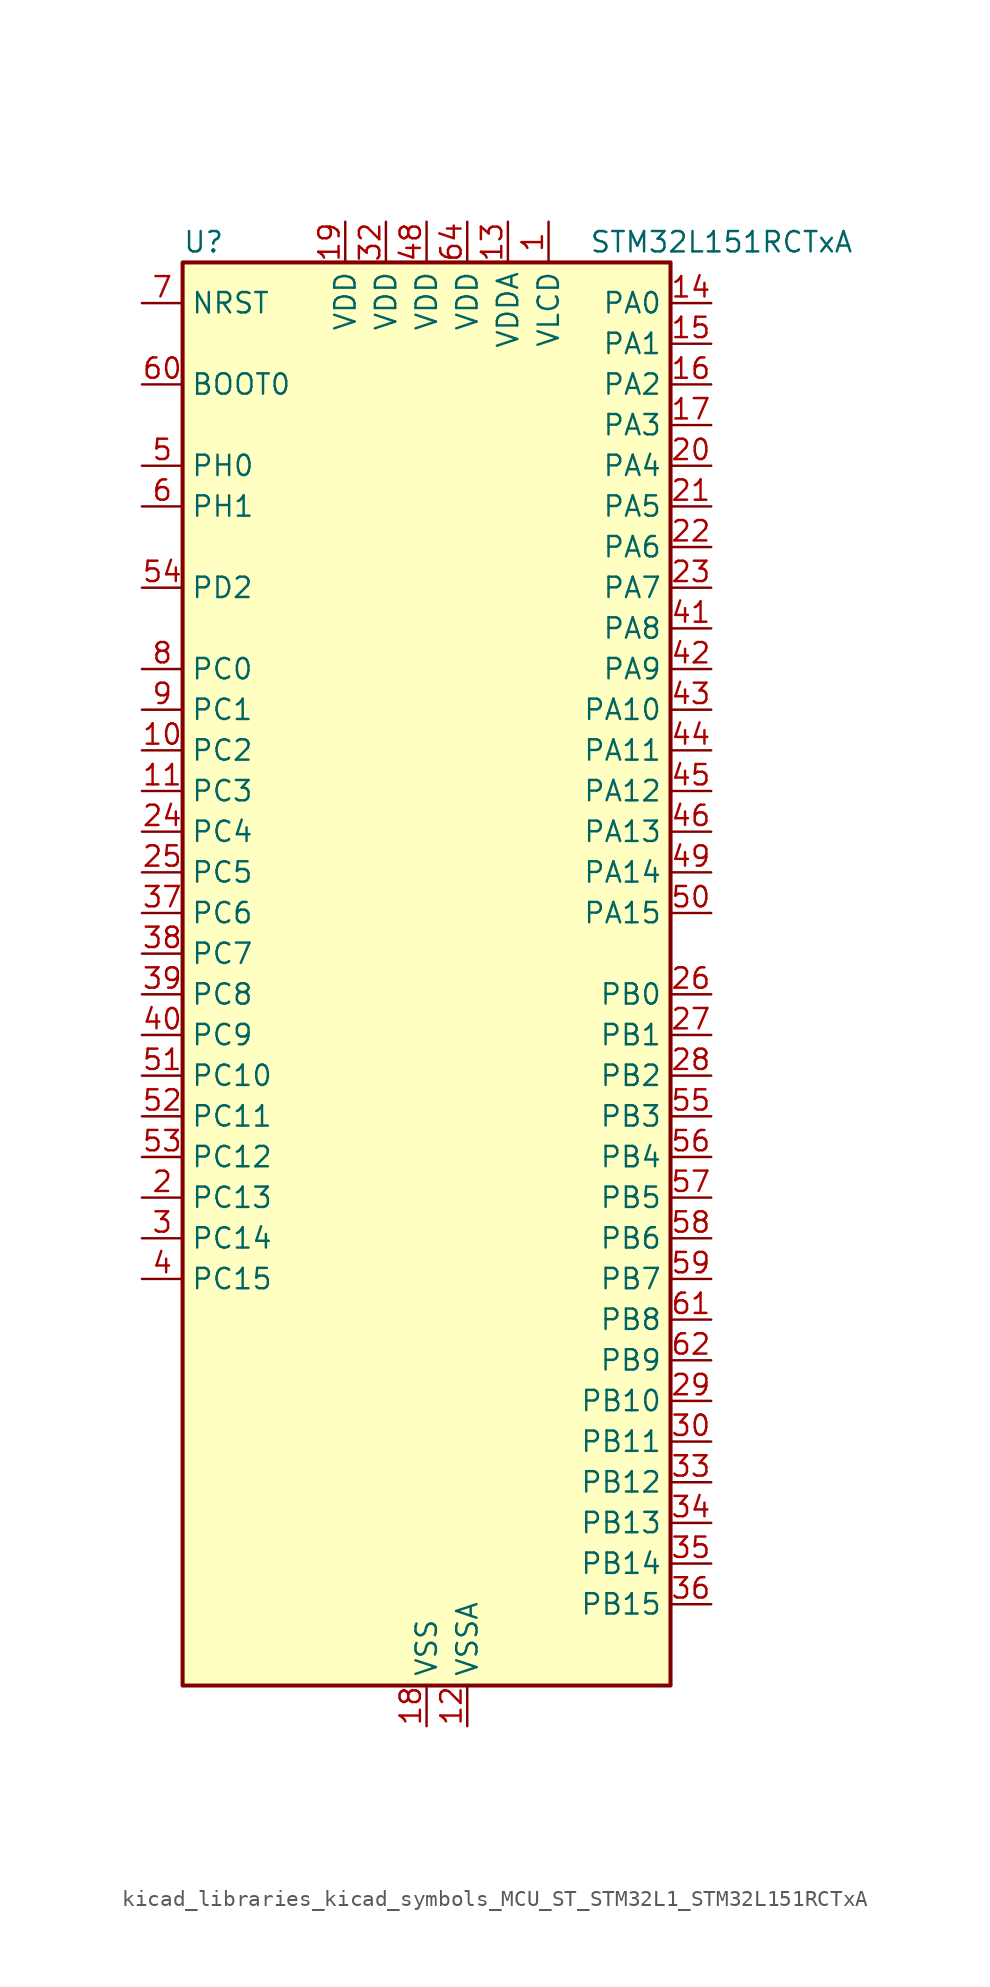
<source format=kicad_sym>
(kicad_symbol_lib
  (version 20220914)
  (generator kicad_symbol_editor)
  (symbol "kicad_libraries_kicad_symbols_MCU_ST_STM32L1_STM32L151RCTxA"
    (property "Reference" "U"
      (at -15.24 46.99 0)
      (effects (font (size 1.27 1.27)) (justify left)))
    (property "Value" "STM32L151RCTxA"
      (at 10.16 46.99 0)
      (effects (font (size 1.27 1.27)) (justify left)))
    (property "ki_locked" ""
      (at 0 0 0)
      (effects (font (size 1.27 1.27))))
    (symbol "kicad_libraries_kicad_symbols_MCU_ST_STM32L1_STM32L151RCTxA_0_1"
      (rectangle (start -15.24 -43.18) (end 15.24 45.72) (stroke (width 0.254) (type default)) (fill (type background))))
    (symbol "kicad_libraries_kicad_symbols_MCU_ST_STM32L1_STM32L151RCTxA_1_1"
      (pin power_in line (at 7.62 48.26 270) (length 2.54) (name "VLCD" (effects (font (size 1.27 1.27)))) (number "1" (effects (font (size 1.27 1.27)))))
      (pin bidirectional line (at -17.78 15.24 0) (length 2.54) (name "PC2" (effects (font (size 1.27 1.27)))) (number "10" (effects (font (size 1.27 1.27)))) (alternate "ADC_IN12" bidirectional line) (alternate "COMP1_INP" bidirectional line) (alternate "TIMX_IC3" bidirectional line) (alternate "TS_G8_IO3" bidirectional line))
      (pin bidirectional line (at -17.78 12.7 0) (length 2.54) (name "PC3" (effects (font (size 1.27 1.27)))) (number "11" (effects (font (size 1.27 1.27)))) (alternate "ADC_IN13" bidirectional line) (alternate "COMP1_INP" bidirectional line) (alternate "TIMX_IC4" bidirectional line) (alternate "TS_G8_IO4" bidirectional line))
      (pin power_in line (at 2.54 -45.72 90) (length 2.54) (name "VSSA" (effects (font (size 1.27 1.27)))) (number "12" (effects (font (size 1.27 1.27)))))
      (pin power_in line (at 5.08 48.26 270) (length 2.54) (name "VDDA" (effects (font (size 1.27 1.27)))) (number "13" (effects (font (size 1.27 1.27)))))
      (pin bidirectional line (at 17.78 43.18 180) (length 2.54) (name "PA0" (effects (font (size 1.27 1.27)))) (number "14" (effects (font (size 1.27 1.27)))) (alternate "ADC_IN0" bidirectional line) (alternate "COMP1_INP" bidirectional line) (alternate "RTC_TAMP2" bidirectional line) (alternate "SYS_WKUP1" bidirectional line) (alternate "TIM2_CH1" bidirectional line) (alternate "TIM2_ETR" bidirectional line) (alternate "TIM5_CH1" bidirectional line) (alternate "TIMX_IC1" bidirectional line) (alternate "TS_G1_IO1" bidirectional line) (alternate "USART2_CTS" bidirectional line))
      (pin bidirectional line (at 17.78 40.64 180) (length 2.54) (name "PA1" (effects (font (size 1.27 1.27)))) (number "15" (effects (font (size 1.27 1.27)))) (alternate "ADC_IN1" bidirectional line) (alternate "COMP1_INP" bidirectional line) (alternate "OPAMP1_VINP" bidirectional line) (alternate "TIM2_CH2" bidirectional line) (alternate "TIM5_CH2" bidirectional line) (alternate "TIMX_IC2" bidirectional line) (alternate "TS_G1_IO2" bidirectional line) (alternate "USART2_RTS" bidirectional line))
      (pin bidirectional line (at 17.78 38.1 180) (length 2.54) (name "PA2" (effects (font (size 1.27 1.27)))) (number "16" (effects (font (size 1.27 1.27)))) (alternate "ADC_IN2" bidirectional line) (alternate "COMP1_INP" bidirectional line) (alternate "OPAMP1_VINM" bidirectional line) (alternate "TIM2_CH3" bidirectional line) (alternate "TIM5_CH3" bidirectional line) (alternate "TIM9_CH1" bidirectional line) (alternate "TIMX_IC3" bidirectional line) (alternate "TS_G1_IO3" bidirectional line) (alternate "USART2_TX" bidirectional line))
      (pin bidirectional line (at 17.78 35.56 180) (length 2.54) (name "PA3" (effects (font (size 1.27 1.27)))) (number "17" (effects (font (size 1.27 1.27)))) (alternate "ADC_IN3" bidirectional line) (alternate "COMP1_INP" bidirectional line) (alternate "OPAMP1_VOUT" bidirectional line) (alternate "TIM2_CH4" bidirectional line) (alternate "TIM5_CH4" bidirectional line) (alternate "TIM9_CH2" bidirectional line) (alternate "TIMX_IC4" bidirectional line) (alternate "TS_G1_IO4" bidirectional line) (alternate "USART2_RX" bidirectional line))
      (pin power_in line (at 0 -45.72 90) (length 2.54) (name "VSS" (effects (font (size 1.27 1.27)))) (number "18" (effects (font (size 1.27 1.27)))))
      (pin power_in line (at -5.08 48.26 270) (length 2.54) (name "VDD" (effects (font (size 1.27 1.27)))) (number "19" (effects (font (size 1.27 1.27)))))
      (pin bidirectional line (at -17.78 -12.7 0) (length 2.54) (name "PC13" (effects (font (size 1.27 1.27)))) (number "2" (effects (font (size 1.27 1.27)))) (alternate "RTC_OUT_ALARM" bidirectional line) (alternate "RTC_OUT_CALIB" bidirectional line) (alternate "RTC_TAMP1" bidirectional line) (alternate "RTC_TS" bidirectional line) (alternate "SYS_WKUP2" bidirectional line) (alternate "TIMX_IC2" bidirectional line))
      (pin bidirectional line (at 17.78 33.02 180) (length 2.54) (name "PA4" (effects (font (size 1.27 1.27)))) (number "20" (effects (font (size 1.27 1.27)))) (alternate "ADC_IN4" bidirectional line) (alternate "COMP1_INP" bidirectional line) (alternate "DAC_OUT1" bidirectional line) (alternate "I2S3_WS" bidirectional line) (alternate "SPI1_NSS" bidirectional line) (alternate "SPI3_NSS" bidirectional line) (alternate "TIMX_IC1" bidirectional line) (alternate "USART2_CK" bidirectional line))
      (pin bidirectional line (at 17.78 30.48 180) (length 2.54) (name "PA5" (effects (font (size 1.27 1.27)))) (number "21" (effects (font (size 1.27 1.27)))) (alternate "ADC_IN5" bidirectional line) (alternate "COMP1_INP" bidirectional line) (alternate "DAC_OUT2" bidirectional line) (alternate "SPI1_SCK" bidirectional line) (alternate "TIM2_CH1" bidirectional line) (alternate "TIM2_ETR" bidirectional line) (alternate "TIMX_IC2" bidirectional line))
      (pin bidirectional line (at 17.78 27.94 180) (length 2.54) (name "PA6" (effects (font (size 1.27 1.27)))) (number "22" (effects (font (size 1.27 1.27)))) (alternate "ADC_IN6" bidirectional line) (alternate "COMP1_INP" bidirectional line) (alternate "OPAMP2_VINP" bidirectional line) (alternate "SPI1_MISO" bidirectional line) (alternate "TIM10_CH1" bidirectional line) (alternate "TIM3_CH1" bidirectional line) (alternate "TIMX_IC3" bidirectional line) (alternate "TS_G2_IO1" bidirectional line))
      (pin bidirectional line (at 17.78 25.4 180) (length 2.54) (name "PA7" (effects (font (size 1.27 1.27)))) (number "23" (effects (font (size 1.27 1.27)))) (alternate "ADC_IN7" bidirectional line) (alternate "COMP1_INP" bidirectional line) (alternate "OPAMP2_VINM" bidirectional line) (alternate "SPI1_MOSI" bidirectional line) (alternate "TIM11_CH1" bidirectional line) (alternate "TIM3_CH2" bidirectional line) (alternate "TIMX_IC4" bidirectional line) (alternate "TS_G2_IO2" bidirectional line))
      (pin bidirectional line (at -17.78 10.16 0) (length 2.54) (name "PC4" (effects (font (size 1.27 1.27)))) (number "24" (effects (font (size 1.27 1.27)))) (alternate "ADC_IN14" bidirectional line) (alternate "COMP1_INP" bidirectional line) (alternate "TIMX_IC1" bidirectional line) (alternate "TS_G9_IO1" bidirectional line))
      (pin bidirectional line (at -17.78 7.62 0) (length 2.54) (name "PC5" (effects (font (size 1.27 1.27)))) (number "25" (effects (font (size 1.27 1.27)))) (alternate "ADC_IN15" bidirectional line) (alternate "COMP1_INP" bidirectional line) (alternate "TIMX_IC2" bidirectional line) (alternate "TS_G9_IO2" bidirectional line))
      (pin bidirectional line (at 17.78 0 180) (length 2.54) (name "PB0" (effects (font (size 1.27 1.27)))) (number "26" (effects (font (size 1.27 1.27)))) (alternate "ADC_IN8" bidirectional line) (alternate "COMP1_INP" bidirectional line) (alternate "OPAMP2_VOUT" bidirectional line) (alternate "SYS_V_REF_OUT" bidirectional line) (alternate "TIM3_CH3" bidirectional line) (alternate "TS_G3_IO1" bidirectional line))
      (pin bidirectional line (at 17.78 -2.54 180) (length 2.54) (name "PB1" (effects (font (size 1.27 1.27)))) (number "27" (effects (font (size 1.27 1.27)))) (alternate "ADC_IN9" bidirectional line) (alternate "COMP1_INP" bidirectional line) (alternate "SYS_V_REF_OUT" bidirectional line) (alternate "TIM3_CH4" bidirectional line) (alternate "TS_G3_IO2" bidirectional line))
      (pin bidirectional line (at 17.78 -5.08 180) (length 2.54) (name "PB2" (effects (font (size 1.27 1.27)))) (number "28" (effects (font (size 1.27 1.27)))) (alternate "TS_G3_IO3" bidirectional line))
      (pin bidirectional line (at 17.78 -25.4 180) (length 2.54) (name "PB10" (effects (font (size 1.27 1.27)))) (number "29" (effects (font (size 1.27 1.27)))) (alternate "I2C2_SCL" bidirectional line) (alternate "TIM2_CH3" bidirectional line) (alternate "USART3_TX" bidirectional line))
      (pin bidirectional line (at -17.78 -15.24 0) (length 2.54) (name "PC14" (effects (font (size 1.27 1.27)))) (number "3" (effects (font (size 1.27 1.27)))) (alternate "RCC_OSC32_IN" bidirectional line) (alternate "TIMX_IC3" bidirectional line))
      (pin bidirectional line (at 17.78 -27.94 180) (length 2.54) (name "PB11" (effects (font (size 1.27 1.27)))) (number "30" (effects (font (size 1.27 1.27)))) (alternate "ADC_EXTI11" bidirectional line) (alternate "I2C2_SDA" bidirectional line) (alternate "TIM2_CH4" bidirectional line) (alternate "USART3_RX" bidirectional line))
      (pin passive line (at 0 -45.72 90) (length 2.54) hide (name "VSS" (effects (font (size 1.27 1.27)))) (number "31" (effects (font (size 1.27 1.27)))))
      (pin power_in line (at -2.54 48.26 270) (length 2.54) (name "VDD" (effects (font (size 1.27 1.27)))) (number "32" (effects (font (size 1.27 1.27)))))
      (pin bidirectional line (at 17.78 -30.48 180) (length 2.54) (name "PB12" (effects (font (size 1.27 1.27)))) (number "33" (effects (font (size 1.27 1.27)))) (alternate "ADC_IN18" bidirectional line) (alternate "COMP1_INP" bidirectional line) (alternate "I2C2_SMBA" bidirectional line) (alternate "I2S2_WS" bidirectional line) (alternate "SPI2_NSS" bidirectional line) (alternate "TIM10_CH1" bidirectional line) (alternate "TS_G7_IO1" bidirectional line) (alternate "USART3_CK" bidirectional line))
      (pin bidirectional line (at 17.78 -33.02 180) (length 2.54) (name "PB13" (effects (font (size 1.27 1.27)))) (number "34" (effects (font (size 1.27 1.27)))) (alternate "ADC_IN19" bidirectional line) (alternate "COMP1_INP" bidirectional line) (alternate "I2S2_CK" bidirectional line) (alternate "SPI2_SCK" bidirectional line) (alternate "TIM9_CH1" bidirectional line) (alternate "TS_G7_IO2" bidirectional line) (alternate "USART3_CTS" bidirectional line))
      (pin bidirectional line (at 17.78 -35.56 180) (length 2.54) (name "PB14" (effects (font (size 1.27 1.27)))) (number "35" (effects (font (size 1.27 1.27)))) (alternate "ADC_IN20" bidirectional line) (alternate "COMP1_INP" bidirectional line) (alternate "SPI2_MISO" bidirectional line) (alternate "TIM9_CH2" bidirectional line) (alternate "TS_G7_IO3" bidirectional line) (alternate "USART3_RTS" bidirectional line))
      (pin bidirectional line (at 17.78 -38.1 180) (length 2.54) (name "PB15" (effects (font (size 1.27 1.27)))) (number "36" (effects (font (size 1.27 1.27)))) (alternate "ADC_EXTI15" bidirectional line) (alternate "ADC_IN21" bidirectional line) (alternate "COMP1_INP" bidirectional line) (alternate "I2S2_SD" bidirectional line) (alternate "RTC_REFIN" bidirectional line) (alternate "SPI2_MOSI" bidirectional line) (alternate "TIM11_CH1" bidirectional line) (alternate "TS_G7_IO4" bidirectional line))
      (pin bidirectional line (at -17.78 5.08 0) (length 2.54) (name "PC6" (effects (font (size 1.27 1.27)))) (number "37" (effects (font (size 1.27 1.27)))) (alternate "I2S2_MCK" bidirectional line) (alternate "TIM3_CH1" bidirectional line) (alternate "TIMX_IC3" bidirectional line) (alternate "TS_G10_IO1" bidirectional line))
      (pin bidirectional line (at -17.78 2.54 0) (length 2.54) (name "PC7" (effects (font (size 1.27 1.27)))) (number "38" (effects (font (size 1.27 1.27)))) (alternate "I2S3_MCK" bidirectional line) (alternate "TIM3_CH2" bidirectional line) (alternate "TIMX_IC4" bidirectional line) (alternate "TS_G10_IO2" bidirectional line))
      (pin bidirectional line (at -17.78 0 0) (length 2.54) (name "PC8" (effects (font (size 1.27 1.27)))) (number "39" (effects (font (size 1.27 1.27)))) (alternate "TIM3_CH3" bidirectional line) (alternate "TIMX_IC1" bidirectional line) (alternate "TS_G10_IO3" bidirectional line))
      (pin bidirectional line (at -17.78 -17.78 0) (length 2.54) (name "PC15" (effects (font (size 1.27 1.27)))) (number "4" (effects (font (size 1.27 1.27)))) (alternate "ADC_EXTI15" bidirectional line) (alternate "RCC_OSC32_OUT" bidirectional line) (alternate "TIMX_IC4" bidirectional line))
      (pin bidirectional line (at -17.78 -2.54 0) (length 2.54) (name "PC9" (effects (font (size 1.27 1.27)))) (number "40" (effects (font (size 1.27 1.27)))) (alternate "DAC_EXTI9" bidirectional line) (alternate "TIM3_CH4" bidirectional line) (alternate "TIMX_IC2" bidirectional line) (alternate "TS_G10_IO4" bidirectional line))
      (pin bidirectional line (at 17.78 22.86 180) (length 2.54) (name "PA8" (effects (font (size 1.27 1.27)))) (number "41" (effects (font (size 1.27 1.27)))) (alternate "RCC_MCO" bidirectional line) (alternate "TIMX_IC1" bidirectional line) (alternate "TS_G4_IO1" bidirectional line) (alternate "USART1_CK" bidirectional line))
      (pin bidirectional line (at 17.78 20.32 180) (length 2.54) (name "PA9" (effects (font (size 1.27 1.27)))) (number "42" (effects (font (size 1.27 1.27)))) (alternate "DAC_EXTI9" bidirectional line) (alternate "TIMX_IC2" bidirectional line) (alternate "TS_G4_IO2" bidirectional line) (alternate "USART1_TX" bidirectional line))
      (pin bidirectional line (at 17.78 17.78 180) (length 2.54) (name "PA10" (effects (font (size 1.27 1.27)))) (number "43" (effects (font (size 1.27 1.27)))) (alternate "TIMX_IC3" bidirectional line) (alternate "TS_G4_IO3" bidirectional line) (alternate "USART1_RX" bidirectional line))
      (pin bidirectional line (at 17.78 15.24 180) (length 2.54) (name "PA11" (effects (font (size 1.27 1.27)))) (number "44" (effects (font (size 1.27 1.27)))) (alternate "ADC_EXTI11" bidirectional line) (alternate "SPI1_MISO" bidirectional line) (alternate "TIMX_IC4" bidirectional line) (alternate "USART1_CTS" bidirectional line) (alternate "USB_DM" bidirectional line))
      (pin bidirectional line (at 17.78 12.7 180) (length 2.54) (name "PA12" (effects (font (size 1.27 1.27)))) (number "45" (effects (font (size 1.27 1.27)))) (alternate "SPI1_MOSI" bidirectional line) (alternate "TIMX_IC1" bidirectional line) (alternate "USART1_RTS" bidirectional line) (alternate "USB_DP" bidirectional line))
      (pin bidirectional line (at 17.78 10.16 180) (length 2.54) (name "PA13" (effects (font (size 1.27 1.27)))) (number "46" (effects (font (size 1.27 1.27)))) (alternate "SYS_JTMS-SWDIO" bidirectional line) (alternate "TIMX_IC2" bidirectional line) (alternate "TS_G5_IO1" bidirectional line))
      (pin passive line (at 0 -45.72 90) (length 2.54) hide (name "VSS" (effects (font (size 1.27 1.27)))) (number "47" (effects (font (size 1.27 1.27)))))
      (pin power_in line (at 0 48.26 270) (length 2.54) (name "VDD" (effects (font (size 1.27 1.27)))) (number "48" (effects (font (size 1.27 1.27)))))
      (pin bidirectional line (at 17.78 7.62 180) (length 2.54) (name "PA14" (effects (font (size 1.27 1.27)))) (number "49" (effects (font (size 1.27 1.27)))) (alternate "SYS_JTCK-SWCLK" bidirectional line) (alternate "TIMX_IC3" bidirectional line) (alternate "TS_G5_IO2" bidirectional line))
      (pin bidirectional line (at -17.78 33.02 0) (length 2.54) (name "PH0" (effects (font (size 1.27 1.27)))) (number "5" (effects (font (size 1.27 1.27)))) (alternate "RCC_OSC_IN" bidirectional line))
      (pin bidirectional line (at 17.78 5.08 180) (length 2.54) (name "PA15" (effects (font (size 1.27 1.27)))) (number "50" (effects (font (size 1.27 1.27)))) (alternate "ADC_EXTI15" bidirectional line) (alternate "I2S3_WS" bidirectional line) (alternate "SPI1_NSS" bidirectional line) (alternate "SPI3_NSS" bidirectional line) (alternate "SYS_JTDI" bidirectional line) (alternate "TIM2_CH1" bidirectional line) (alternate "TIM2_ETR" bidirectional line) (alternate "TIMX_IC4" bidirectional line) (alternate "TS_G5_IO3" bidirectional line))
      (pin bidirectional line (at -17.78 -5.08 0) (length 2.54) (name "PC10" (effects (font (size 1.27 1.27)))) (number "51" (effects (font (size 1.27 1.27)))) (alternate "I2S3_CK" bidirectional line) (alternate "SPI3_SCK" bidirectional line) (alternate "TIMX_IC3" bidirectional line) (alternate "USART3_TX" bidirectional line))
      (pin bidirectional line (at -17.78 -7.62 0) (length 2.54) (name "PC11" (effects (font (size 1.27 1.27)))) (number "52" (effects (font (size 1.27 1.27)))) (alternate "ADC_EXTI11" bidirectional line) (alternate "SPI3_MISO" bidirectional line) (alternate "TIMX_IC4" bidirectional line) (alternate "USART3_RX" bidirectional line))
      (pin bidirectional line (at -17.78 -10.16 0) (length 2.54) (name "PC12" (effects (font (size 1.27 1.27)))) (number "53" (effects (font (size 1.27 1.27)))) (alternate "I2S3_SD" bidirectional line) (alternate "SPI3_MOSI" bidirectional line) (alternate "TIMX_IC1" bidirectional line) (alternate "USART3_CK" bidirectional line))
      (pin bidirectional line (at -17.78 25.4 0) (length 2.54) (name "PD2" (effects (font (size 1.27 1.27)))) (number "54" (effects (font (size 1.27 1.27)))) (alternate "TIM3_ETR" bidirectional line) (alternate "TIMX_IC3" bidirectional line))
      (pin bidirectional line (at 17.78 -7.62 180) (length 2.54) (name "PB3" (effects (font (size 1.27 1.27)))) (number "55" (effects (font (size 1.27 1.27)))) (alternate "COMP2_INM" bidirectional line) (alternate "I2S3_CK" bidirectional line) (alternate "SPI1_SCK" bidirectional line) (alternate "SPI3_SCK" bidirectional line) (alternate "SYS_JTDO-TRACESWO" bidirectional line) (alternate "TIM2_CH2" bidirectional line))
      (pin bidirectional line (at 17.78 -10.16 180) (length 2.54) (name "PB4" (effects (font (size 1.27 1.27)))) (number "56" (effects (font (size 1.27 1.27)))) (alternate "COMP2_INP" bidirectional line) (alternate "SPI1_MISO" bidirectional line) (alternate "SPI3_MISO" bidirectional line) (alternate "SYS_JTRST" bidirectional line) (alternate "TIM3_CH1" bidirectional line) (alternate "TS_G6_IO1" bidirectional line))
      (pin bidirectional line (at 17.78 -12.7 180) (length 2.54) (name "PB5" (effects (font (size 1.27 1.27)))) (number "57" (effects (font (size 1.27 1.27)))) (alternate "COMP2_INP" bidirectional line) (alternate "I2C1_SMBA" bidirectional line) (alternate "I2S3_SD" bidirectional line) (alternate "SPI1_MOSI" bidirectional line) (alternate "SPI3_MOSI" bidirectional line) (alternate "TIM3_CH2" bidirectional line) (alternate "TS_G6_IO2" bidirectional line))
      (pin bidirectional line (at 17.78 -15.24 180) (length 2.54) (name "PB6" (effects (font (size 1.27 1.27)))) (number "58" (effects (font (size 1.27 1.27)))) (alternate "COMP2_INP" bidirectional line) (alternate "I2C1_SCL" bidirectional line) (alternate "TIM4_CH1" bidirectional line) (alternate "TS_G6_IO3" bidirectional line) (alternate "USART1_TX" bidirectional line))
      (pin bidirectional line (at 17.78 -17.78 180) (length 2.54) (name "PB7" (effects (font (size 1.27 1.27)))) (number "59" (effects (font (size 1.27 1.27)))) (alternate "COMP2_INP" bidirectional line) (alternate "I2C1_SDA" bidirectional line) (alternate "SYS_PVD_IN" bidirectional line) (alternate "TIM4_CH2" bidirectional line) (alternate "TS_G6_IO4" bidirectional line) (alternate "USART1_RX" bidirectional line))
      (pin bidirectional line (at -17.78 30.48 0) (length 2.54) (name "PH1" (effects (font (size 1.27 1.27)))) (number "6" (effects (font (size 1.27 1.27)))) (alternate "RCC_OSC_OUT" bidirectional line))
      (pin input line (at -17.78 38.1 0) (length 2.54) (name "BOOT0" (effects (font (size 1.27 1.27)))) (number "60" (effects (font (size 1.27 1.27)))))
      (pin bidirectional line (at 17.78 -20.32 180) (length 2.54) (name "PB8" (effects (font (size 1.27 1.27)))) (number "61" (effects (font (size 1.27 1.27)))) (alternate "I2C1_SCL" bidirectional line) (alternate "TIM10_CH1" bidirectional line) (alternate "TIM4_CH3" bidirectional line))
      (pin bidirectional line (at 17.78 -22.86 180) (length 2.54) (name "PB9" (effects (font (size 1.27 1.27)))) (number "62" (effects (font (size 1.27 1.27)))) (alternate "DAC_EXTI9" bidirectional line) (alternate "I2C1_SDA" bidirectional line) (alternate "TIM11_CH1" bidirectional line) (alternate "TIM4_CH4" bidirectional line))
      (pin passive line (at 0 -45.72 90) (length 2.54) hide (name "VSS" (effects (font (size 1.27 1.27)))) (number "63" (effects (font (size 1.27 1.27)))))
      (pin power_in line (at 2.54 48.26 270) (length 2.54) (name "VDD" (effects (font (size 1.27 1.27)))) (number "64" (effects (font (size 1.27 1.27)))))
      (pin input line (at -17.78 43.18 0) (length 2.54) (name "NRST" (effects (font (size 1.27 1.27)))) (number "7" (effects (font (size 1.27 1.27)))))
      (pin bidirectional line (at -17.78 20.32 0) (length 2.54) (name "PC0" (effects (font (size 1.27 1.27)))) (number "8" (effects (font (size 1.27 1.27)))) (alternate "ADC_IN10" bidirectional line) (alternate "COMP1_INP" bidirectional line) (alternate "TIMX_IC1" bidirectional line) (alternate "TS_G8_IO1" bidirectional line))
      (pin bidirectional line (at -17.78 17.78 0) (length 2.54) (name "PC1" (effects (font (size 1.27 1.27)))) (number "9" (effects (font (size 1.27 1.27)))) (alternate "ADC_IN11" bidirectional line) (alternate "COMP1_INP" bidirectional line) (alternate "TIMX_IC2" bidirectional line) (alternate "TS_G8_IO2" bidirectional line)))))
</source>
